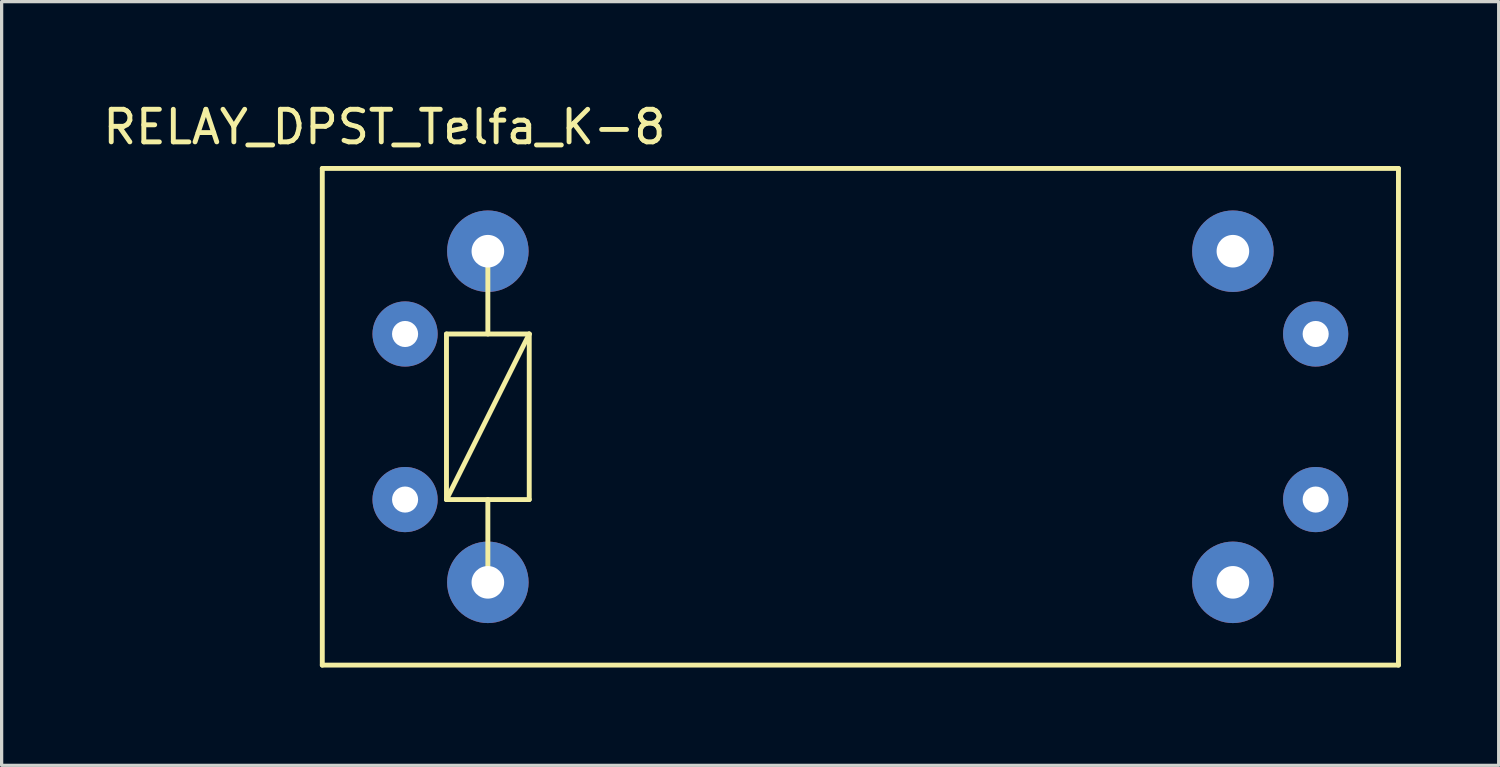
<source format=kicad_pcb>
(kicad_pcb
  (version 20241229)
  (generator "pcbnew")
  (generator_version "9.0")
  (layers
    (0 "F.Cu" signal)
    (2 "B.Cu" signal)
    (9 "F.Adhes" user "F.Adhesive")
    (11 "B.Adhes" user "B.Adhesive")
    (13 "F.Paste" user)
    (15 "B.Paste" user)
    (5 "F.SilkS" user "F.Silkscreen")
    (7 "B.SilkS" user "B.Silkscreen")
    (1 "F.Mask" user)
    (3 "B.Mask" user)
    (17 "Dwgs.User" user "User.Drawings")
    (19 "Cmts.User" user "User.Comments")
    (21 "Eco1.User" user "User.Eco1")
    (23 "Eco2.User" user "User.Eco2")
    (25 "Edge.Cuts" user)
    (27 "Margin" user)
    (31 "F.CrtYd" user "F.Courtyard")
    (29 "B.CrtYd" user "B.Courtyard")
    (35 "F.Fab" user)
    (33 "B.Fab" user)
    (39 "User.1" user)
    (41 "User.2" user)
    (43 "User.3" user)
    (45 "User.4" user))
  (footprint "RELAY_DPST_Telfa_K-8"
    (layer "F.Cu")
    (at 16.999 7.198)
    (property "Reference" "RELAY_DPST_Telfa_K-8" (at -8.255 -6.35 0) (layer "F.SilkS") (effects (font (size 1 1) (thickness 0.15))))
    (attr through_hole)
    (fp_line (start -10.16 -5.08) (end 22.86 -5.08) (stroke (width 0.15) (type solid)) (layer "F.SilkS"))
    (fp_line (start -10.16 10.16) (end -10.16 -5.08) (stroke (width 0.15) (type solid)) (layer "F.SilkS"))
    (fp_line (start -6.35 0) (end -3.81 0) (stroke (width 0.15) (type solid)) (layer "F.SilkS"))
    (fp_line (start -6.35 5.08) (end -6.35 0) (stroke (width 0.15) (type solid)) (layer "F.SilkS"))
    (fp_line (start -5.08 -2.54) (end -5.08 0) (stroke (width 0.15) (type solid)) (layer "F.SilkS"))
    (fp_line (start -5.08 7.62) (end -5.08 5.08) (stroke (width 0.15) (type solid)) (layer "F.SilkS"))
    (fp_line (start -3.81 0) (end -6.35 5.08) (stroke (width 0.15) (type solid)) (layer "F.SilkS"))
    (fp_line (start -3.81 0) (end -3.81 5.08) (stroke (width 0.15) (type solid)) (layer "F.SilkS"))
    (fp_line (start -3.81 5.08) (end -6.35 5.08) (stroke (width 0.15) (type solid)) (layer "F.SilkS"))
    (fp_line (start 22.86 -5.08) (end 22.86 10.16) (stroke (width 0.15) (type solid)) (layer "F.SilkS"))
    (fp_line (start 22.86 10.16) (end -10.16 10.16) (stroke (width 0.15) (type solid)) (layer "F.SilkS"))
    (pad "1" thru_hole circle (at -5.08 -2.54) (size 2.5 2.5) (drill 1) (layers "*.Cu" "*.Mask"))
    (pad "2" thru_hole circle (at -5.08 7.62) (size 2.5 2.5) (drill 1) (layers "*.Cu" "*.Mask"))
    (pad "3" thru_hole circle (at 17.78 7.62) (size 2.5 2.5) (drill 1) (layers "*.Cu" "*.Mask"))
    (pad "4" thru_hole circle (at 17.78 -2.54) (size 2.5 2.5) (drill 1) (layers "*.Cu" "*.Mask"))
    (pad "5" thru_hole circle (at -7.62 5.08) (size 2 2) (drill 0.8) (layers "*.Cu" "*.Mask"))
    (pad "6" thru_hole circle (at 20.32 5.08) (size 2 2) (drill 0.8) (layers "*.Cu" "*.Mask"))
    (pad "7" thru_hole circle (at -7.62 0) (size 2 2) (drill 0.8) (layers "*.Cu" "*.Mask"))
    (pad "8" thru_hole circle (at 20.32 0) (size 2 2) (drill 0.8) (layers "*.Cu" "*.Mask")))
  (gr_rect
    (start -3 -3)
    (end 42.934 20.433)
    (stroke (width 0.1) (type default))
    (fill no)
    (layer "Edge.Cuts")))
</source>
